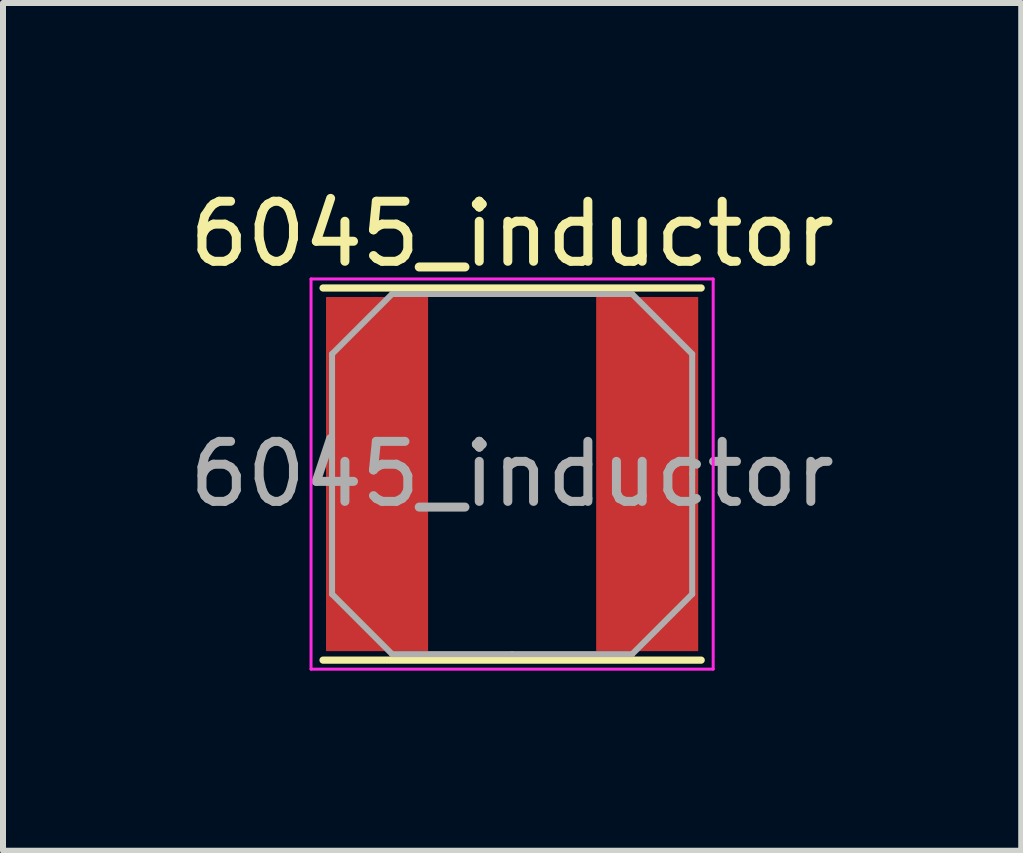
<source format=kicad_pcb>
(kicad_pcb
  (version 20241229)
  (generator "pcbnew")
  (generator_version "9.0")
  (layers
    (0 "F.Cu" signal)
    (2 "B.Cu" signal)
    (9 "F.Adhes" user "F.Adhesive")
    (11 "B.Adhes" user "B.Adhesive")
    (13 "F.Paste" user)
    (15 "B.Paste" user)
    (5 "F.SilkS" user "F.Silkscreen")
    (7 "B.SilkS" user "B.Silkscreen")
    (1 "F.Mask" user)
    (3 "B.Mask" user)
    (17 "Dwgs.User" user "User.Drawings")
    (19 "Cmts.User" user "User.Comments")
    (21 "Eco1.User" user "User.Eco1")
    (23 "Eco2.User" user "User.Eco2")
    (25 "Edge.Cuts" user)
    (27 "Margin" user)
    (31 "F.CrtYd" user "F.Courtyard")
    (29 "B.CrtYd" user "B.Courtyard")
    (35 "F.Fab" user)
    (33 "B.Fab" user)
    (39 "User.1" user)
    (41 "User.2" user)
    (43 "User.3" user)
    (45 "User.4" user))
  (footprint "6045_inductor"
    (layer "F.Cu")
    (at 5.482 4.848)
    (property "Reference" "6045_inductor" (at 0 -4 0) (layer "F.SilkS") (effects (font (size 1 1) (thickness 0.15))))
    (attr smd)
    (fp_line (start -3.15 -3.1) (end 3.15 -3.1) (stroke (width 0.12) (type solid)) (layer "F.SilkS"))
    (fp_line (start -3.15 3.1) (end 3.15 3.1) (stroke (width 0.12) (type solid)) (layer "F.SilkS"))
    (fp_line (start -3.35 -3.25) (end -3.35 3.25) (stroke (width 0.05) (type solid)) (layer "F.CrtYd"))
    (fp_line (start -3.35 3.25) (end 3.35 3.25) (stroke (width 0.05) (type solid)) (layer "F.CrtYd"))
    (fp_line (start 3.35 -3.25) (end -3.35 -3.25) (stroke (width 0.05) (type solid)) (layer "F.CrtYd"))
    (fp_line (start 3.35 3.25) (end 3.35 -3.25) (stroke (width 0.05) (type solid)) (layer "F.CrtYd"))
    (fp_line (start -3 -2) (end -2 -3) (stroke (width 0.1) (type solid)) (layer "F.Fab"))
    (fp_line (start -3 0) (end -3 -2) (stroke (width 0.1) (type solid)) (layer "F.Fab"))
    (fp_line (start -3 0) (end -3 2) (stroke (width 0.1) (type solid)) (layer "F.Fab"))
    (fp_line (start -3 2) (end -2 3) (stroke (width 0.1) (type solid)) (layer "F.Fab"))
    (fp_line (start -2 -3) (end 0 -3) (stroke (width 0.1) (type solid)) (layer "F.Fab"))
    (fp_line (start -2 3) (end 0 3) (stroke (width 0.1) (type solid)) (layer "F.Fab"))
    (fp_line (start 2 -3) (end 0 -3) (stroke (width 0.1) (type solid)) (layer "F.Fab"))
    (fp_line (start 2 3) (end 0 3) (stroke (width 0.1) (type solid)) (layer "F.Fab"))
    (fp_line (start 3 -2) (end 2 -3) (stroke (width 0.1) (type solid)) (layer "F.Fab"))
    (fp_line (start 3 0) (end 3 -2) (stroke (width 0.1) (type solid)) (layer "F.Fab"))
    (fp_line (start 3 0) (end 3 2) (stroke (width 0.1) (type solid)) (layer "F.Fab"))
    (fp_line (start 3 2) (end 2 3) (stroke (width 0.1) (type solid)) (layer "F.Fab"))
    (fp_text user "${REFERENCE}" (at 0 0 0) (layer "F.Fab") (effects (font (size 1 1) (thickness 0.15))))
    (pad "1" smd rect (at -2.25 0) (size 1.7 5.9) (layers "F.Cu" "F.Mask" "F.Paste"))
    (pad "2" smd rect (at 2.25 0) (size 1.7 5.9) (layers "F.Cu" "F.Mask" "F.Paste")))
  (gr_rect
    (start -3 -3)
    (end 13.964 11.123)
    (stroke (width 0.1) (type default))
    (fill no)
    (layer "Edge.Cuts")))
</source>
